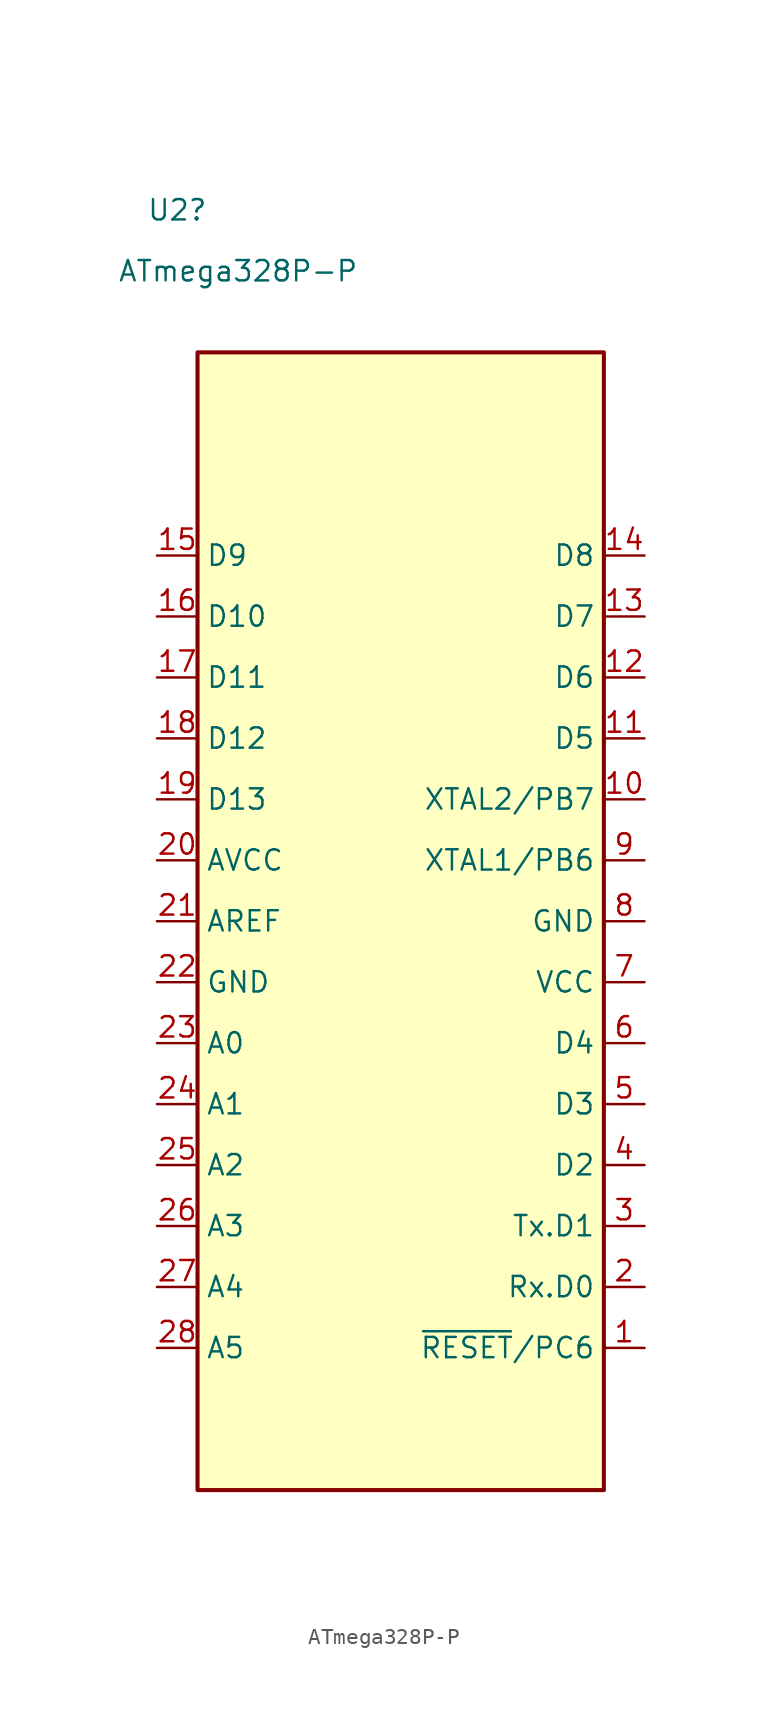
<source format=kicad_sym>
(kicad_symbol_lib
  (version 20220914)
  (generator kicad_symbol_editor)
  (symbol "ATmega328P-P"
    (property "Reference" "U2"
      (at -13.97 44.45 0)
      (effects (font (size 1.27 1.27))))
    (property "Value" "ATmega328P-P"
      (at -10.16 40.64 0)
      (effects (font (size 1.27 1.27))))
    (symbol "ATmega328P-P_0_1"
      (rectangle (start -12.7 35.56) (end 12.7 -35.56) (stroke (width 0.254) (type default)) (fill (type background))))
    (symbol "ATmega328P-P_1_1"
      (pin bidirectional line (at 15.24 -26.67 180) (length 2.54) (name "~{RESET}/PC6" (effects (font (size 1.27 1.27)))) (number "1" (effects (font (size 1.27 1.27)))))
      (pin bidirectional line (at 15.24 7.62 180) (length 2.54) (name "XTAL2/PB7" (effects (font (size 1.27 1.27)))) (number "10" (effects (font (size 1.27 1.27)))))
      (pin bidirectional line (at 15.24 11.43 180) (length 2.54) (name "D5" (effects (font (size 1.27 1.27)))) (number "11" (effects (font (size 1.27 1.27)))))
      (pin bidirectional line (at 15.24 15.24 180) (length 2.54) (name "D6" (effects (font (size 1.27 1.27)))) (number "12" (effects (font (size 1.27 1.27)))))
      (pin bidirectional line (at 15.24 19.05 180) (length 2.54) (name "D7" (effects (font (size 1.27 1.27)))) (number "13" (effects (font (size 1.27 1.27)))))
      (pin bidirectional line (at 15.24 22.86 180) (length 2.54) (name "D8" (effects (font (size 1.27 1.27)))) (number "14" (effects (font (size 1.27 1.27)))))
      (pin bidirectional line (at -15.24 22.86 0) (length 2.54) (name "D9" (effects (font (size 1.27 1.27)))) (number "15" (effects (font (size 1.27 1.27)))))
      (pin bidirectional line (at -15.24 19.05 0) (length 2.54) (name "D10" (effects (font (size 1.27 1.27)))) (number "16" (effects (font (size 1.27 1.27)))))
      (pin bidirectional line (at -15.24 15.24 0) (length 2.54) (name "D11" (effects (font (size 1.27 1.27)))) (number "17" (effects (font (size 1.27 1.27)))))
      (pin bidirectional line (at -15.24 11.43 0) (length 2.54) (name "D12" (effects (font (size 1.27 1.27)))) (number "18" (effects (font (size 1.27 1.27)))))
      (pin bidirectional line (at -15.24 7.62 0) (length 2.54) (name "D13" (effects (font (size 1.27 1.27)))) (number "19" (effects (font (size 1.27 1.27)))))
      (pin bidirectional line (at 15.24 -22.86 180) (length 2.54) (name "Rx.D0" (effects (font (size 1.27 1.27)))) (number "2" (effects (font (size 1.27 1.27)))))
      (pin power_in line (at -15.24 3.81 0) (length 2.54) (name "AVCC" (effects (font (size 1.27 1.27)))) (number "20" (effects (font (size 1.27 1.27)))))
      (pin passive line (at -15.24 0 0) (length 2.54) (name "AREF" (effects (font (size 1.27 1.27)))) (number "21" (effects (font (size 1.27 1.27)))))
      (pin passive line (at -15.24 -3.81 0) (length 2.54) (name "GND" (effects (font (size 1.27 1.27)))) (number "22" (effects (font (size 1.27 1.27)))))
      (pin bidirectional line (at -15.24 -7.62 0) (length 2.54) (name "A0" (effects (font (size 1.27 1.27)))) (number "23" (effects (font (size 1.27 1.27)))))
      (pin bidirectional line (at -15.24 -11.43 0) (length 2.54) (name "A1" (effects (font (size 1.27 1.27)))) (number "24" (effects (font (size 1.27 1.27)))))
      (pin bidirectional line (at -15.24 -15.24 0) (length 2.54) (name "A2" (effects (font (size 1.27 1.27)))) (number "25" (effects (font (size 1.27 1.27)))))
      (pin bidirectional line (at -15.24 -19.05 0) (length 2.54) (name "A3" (effects (font (size 1.27 1.27)))) (number "26" (effects (font (size 1.27 1.27)))))
      (pin bidirectional line (at -15.24 -22.86 0) (length 2.54) (name "A4" (effects (font (size 1.27 1.27)))) (number "27" (effects (font (size 1.27 1.27)))))
      (pin bidirectional line (at -15.24 -26.67 0) (length 2.54) (name "A5" (effects (font (size 1.27 1.27)))) (number "28" (effects (font (size 1.27 1.27)))))
      (pin bidirectional line (at 15.24 -19.05 180) (length 2.54) (name "Tx.D1" (effects (font (size 1.27 1.27)))) (number "3" (effects (font (size 1.27 1.27)))))
      (pin bidirectional line (at 15.24 -15.24 180) (length 2.54) (name "D2" (effects (font (size 1.27 1.27)))) (number "4" (effects (font (size 1.27 1.27)))))
      (pin bidirectional line (at 15.24 -11.43 180) (length 2.54) (name "D3" (effects (font (size 1.27 1.27)))) (number "5" (effects (font (size 1.27 1.27)))))
      (pin bidirectional line (at 15.24 -7.62 180) (length 2.54) (name "D4" (effects (font (size 1.27 1.27)))) (number "6" (effects (font (size 1.27 1.27)))))
      (pin power_in line (at 15.24 -3.81 180) (length 2.54) (name "VCC" (effects (font (size 1.27 1.27)))) (number "7" (effects (font (size 1.27 1.27)))))
      (pin power_in line (at 15.24 0 180) (length 2.54) (name "GND" (effects (font (size 1.27 1.27)))) (number "8" (effects (font (size 1.27 1.27)))))
      (pin bidirectional line (at 15.24 3.81 180) (length 2.54) (name "XTAL1/PB6" (effects (font (size 1.27 1.27)))) (number "9" (effects (font (size 1.27 1.27))))))))
</source>
